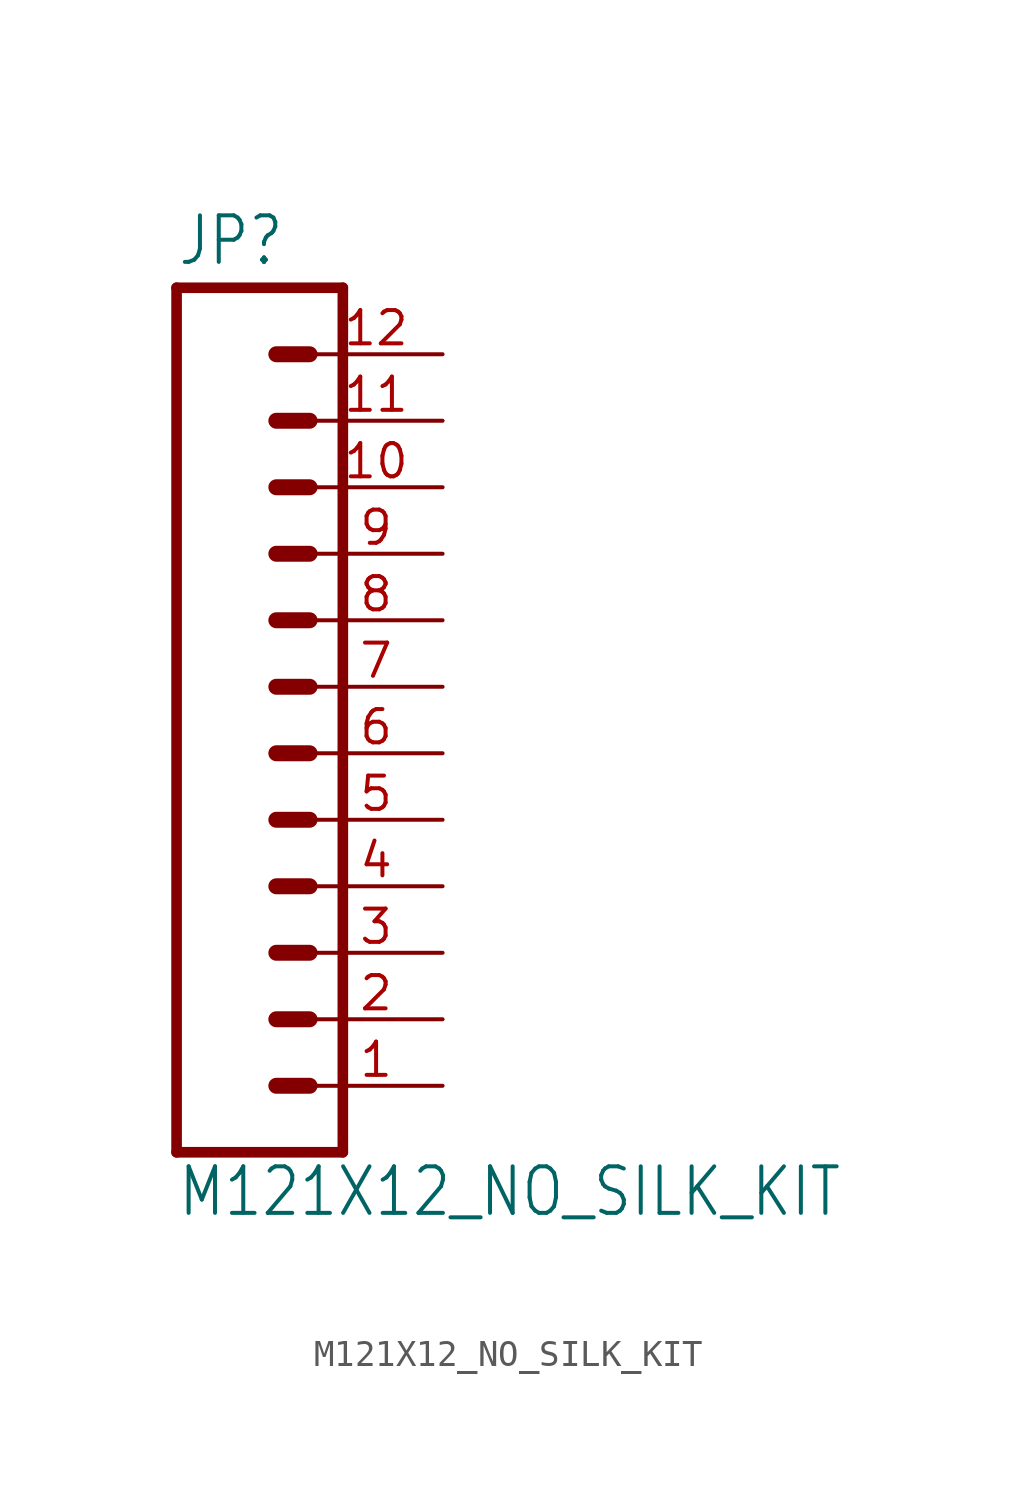
<source format=kicad_sym>
(kicad_symbol_lib
  (version 20211014)
  (generator kicad_symbol_editor)
  (symbol "M121X12_NO_SILK_KIT"
    (property "Reference" "JP"
      (at 0 16.002 0)
      (effects (font (size 1.778 1.511)) (justify left bottom)))
    (property "Value" "M121X12_NO_SILK_KIT"
      (at 0 -20.32 0)
      (effects (font (size 1.778 1.511)) (justify left bottom)))
    (property "ki_locked" ""
      (at 0 0 0)
      (effects (font (size 1.27 1.27))))
    (symbol "M121X12_NO_SILK_KIT_1_0"
      (polyline (pts (xy 0 15.24) (xy 0 -17.78)) (stroke (width 0.406) (type default) (color 0 0 0 0)) (fill (type none)))
      (polyline (pts (xy 0 15.24) (xy 6.35 15.24)) (stroke (width 0.406) (type default) (color 0 0 0 0)) (fill (type none)))
      (polyline (pts (xy 3.81 -15.24) (xy 5.08 -15.24)) (stroke (width 0.61) (type default) (color 0 0 0 0)) (fill (type none)))
      (polyline (pts (xy 3.81 -12.7) (xy 5.08 -12.7)) (stroke (width 0.61) (type default) (color 0 0 0 0)) (fill (type none)))
      (polyline (pts (xy 3.81 -10.16) (xy 5.08 -10.16)) (stroke (width 0.61) (type default) (color 0 0 0 0)) (fill (type none)))
      (polyline (pts (xy 3.81 -7.62) (xy 5.08 -7.62)) (stroke (width 0.61) (type default) (color 0 0 0 0)) (fill (type none)))
      (polyline (pts (xy 3.81 -5.08) (xy 5.08 -5.08)) (stroke (width 0.61) (type default) (color 0 0 0 0)) (fill (type none)))
      (polyline (pts (xy 3.81 -2.54) (xy 5.08 -2.54)) (stroke (width 0.61) (type default) (color 0 0 0 0)) (fill (type none)))
      (polyline (pts (xy 3.81 0) (xy 5.08 0)) (stroke (width 0.61) (type default) (color 0 0 0 0)) (fill (type none)))
      (polyline (pts (xy 3.81 2.54) (xy 5.08 2.54)) (stroke (width 0.61) (type default) (color 0 0 0 0)) (fill (type none)))
      (polyline (pts (xy 3.81 5.08) (xy 5.08 5.08)) (stroke (width 0.61) (type default) (color 0 0 0 0)) (fill (type none)))
      (polyline (pts (xy 3.81 7.62) (xy 5.08 7.62)) (stroke (width 0.61) (type default) (color 0 0 0 0)) (fill (type none)))
      (polyline (pts (xy 3.81 10.16) (xy 5.08 10.16)) (stroke (width 0.61) (type default) (color 0 0 0 0)) (fill (type none)))
      (polyline (pts (xy 3.81 12.7) (xy 5.08 12.7)) (stroke (width 0.61) (type default) (color 0 0 0 0)) (fill (type none)))
      (polyline (pts (xy 6.35 -17.78) (xy 0 -17.78)) (stroke (width 0.406) (type default) (color 0 0 0 0)) (fill (type none)))
      (polyline (pts (xy 6.35 -17.78) (xy 6.35 15.24)) (stroke (width 0.406) (type default) (color 0 0 0 0)) (fill (type none)))
      (pin passive line (at 10.16 -15.24 180) (length 5.08) (name "1" (effects (font (size 0 0)))) (number "1" (effects (font (size 1.27 1.27)))))
      (pin passive line (at 10.16 7.62 180) (length 5.08) (name "10" (effects (font (size 0 0)))) (number "10" (effects (font (size 1.27 1.27)))))
      (pin passive line (at 10.16 10.16 180) (length 5.08) (name "11" (effects (font (size 0 0)))) (number "11" (effects (font (size 1.27 1.27)))))
      (pin passive line (at 10.16 12.7 180) (length 5.08) (name "12" (effects (font (size 0 0)))) (number "12" (effects (font (size 1.27 1.27)))))
      (pin passive line (at 10.16 -12.7 180) (length 5.08) (name "2" (effects (font (size 0 0)))) (number "2" (effects (font (size 1.27 1.27)))))
      (pin passive line (at 10.16 -10.16 180) (length 5.08) (name "3" (effects (font (size 0 0)))) (number "3" (effects (font (size 1.27 1.27)))))
      (pin passive line (at 10.16 -7.62 180) (length 5.08) (name "4" (effects (font (size 0 0)))) (number "4" (effects (font (size 1.27 1.27)))))
      (pin passive line (at 10.16 -5.08 180) (length 5.08) (name "5" (effects (font (size 0 0)))) (number "5" (effects (font (size 1.27 1.27)))))
      (pin passive line (at 10.16 -2.54 180) (length 5.08) (name "6" (effects (font (size 0 0)))) (number "6" (effects (font (size 1.27 1.27)))))
      (pin passive line (at 10.16 0 180) (length 5.08) (name "7" (effects (font (size 0 0)))) (number "7" (effects (font (size 1.27 1.27)))))
      (pin passive line (at 10.16 2.54 180) (length 5.08) (name "8" (effects (font (size 0 0)))) (number "8" (effects (font (size 1.27 1.27)))))
      (pin passive line (at 10.16 5.08 180) (length 5.08) (name "9" (effects (font (size 0 0)))) (number "9" (effects (font (size 1.27 1.27))))))))
</source>
